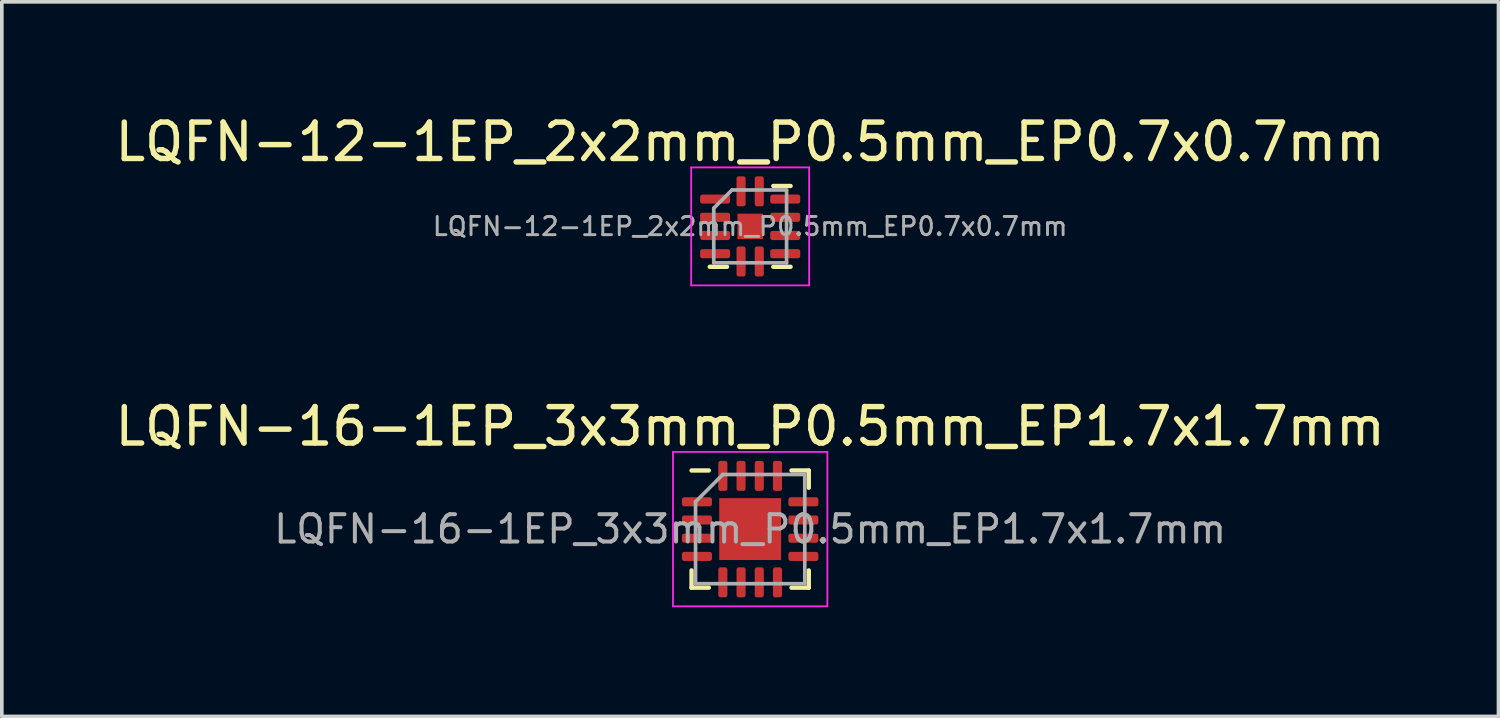
<source format=kicad_pcb>
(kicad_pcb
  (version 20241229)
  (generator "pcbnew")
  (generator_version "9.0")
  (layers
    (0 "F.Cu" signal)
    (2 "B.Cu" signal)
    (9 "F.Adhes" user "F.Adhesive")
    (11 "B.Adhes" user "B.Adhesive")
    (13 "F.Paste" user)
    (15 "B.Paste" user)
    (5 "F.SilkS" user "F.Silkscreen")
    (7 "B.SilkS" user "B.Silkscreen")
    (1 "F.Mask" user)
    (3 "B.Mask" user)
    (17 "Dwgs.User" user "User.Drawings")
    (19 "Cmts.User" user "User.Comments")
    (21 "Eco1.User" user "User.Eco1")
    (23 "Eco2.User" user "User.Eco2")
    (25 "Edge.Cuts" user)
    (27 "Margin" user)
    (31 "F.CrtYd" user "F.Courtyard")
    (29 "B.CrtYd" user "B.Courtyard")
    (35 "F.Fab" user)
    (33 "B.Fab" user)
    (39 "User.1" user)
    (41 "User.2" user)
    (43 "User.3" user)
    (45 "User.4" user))
  (footprint "LQFN-16-1EP_3x3mm_P0.5mm_EP1.7x1.7mm"
    (layer "F.Cu")
    (at 17.554 11.482)
    (property "Reference" "LQFN-16-1EP_3x3mm_P0.5mm_EP1.7x1.7mm" (at 0 -2.82 0) (layer "F.SilkS") (effects (font (size 1 1) (thickness 0.15))))
    (attr smd)
    (fp_line (start -1.61 1.61) (end -1.61 1.135) (stroke (width 0.12) (type solid)) (layer "F.SilkS"))
    (fp_line (start -1.135 -1.61) (end -1.61 -1.61) (stroke (width 0.12) (type solid)) (layer "F.SilkS"))
    (fp_line (start -1.135 1.61) (end -1.61 1.61) (stroke (width 0.12) (type solid)) (layer "F.SilkS"))
    (fp_line (start 1.135 -1.61) (end 1.61 -1.61) (stroke (width 0.12) (type solid)) (layer "F.SilkS"))
    (fp_line (start 1.135 1.61) (end 1.61 1.61) (stroke (width 0.12) (type solid)) (layer "F.SilkS"))
    (fp_line (start 1.61 -1.61) (end 1.61 -1.135) (stroke (width 0.12) (type solid)) (layer "F.SilkS"))
    (fp_line (start 1.61 1.61) (end 1.61 1.135) (stroke (width 0.12) (type solid)) (layer "F.SilkS"))
    (fp_line (start -2.12 -2.12) (end -2.12 2.12) (stroke (width 0.05) (type solid)) (layer "F.CrtYd"))
    (fp_line (start -2.12 2.12) (end 2.12 2.12) (stroke (width 0.05) (type solid)) (layer "F.CrtYd"))
    (fp_line (start 2.12 -2.12) (end -2.12 -2.12) (stroke (width 0.05) (type solid)) (layer "F.CrtYd"))
    (fp_line (start 2.12 2.12) (end 2.12 -2.12) (stroke (width 0.05) (type solid)) (layer "F.CrtYd"))
    (fp_line (start -1.5 -0.75) (end -0.75 -1.5) (stroke (width 0.1) (type solid)) (layer "F.Fab"))
    (fp_line (start -1.5 1.5) (end -1.5 -0.75) (stroke (width 0.1) (type solid)) (layer "F.Fab"))
    (fp_line (start -0.75 -1.5) (end 1.5 -1.5) (stroke (width 0.1) (type solid)) (layer "F.Fab"))
    (fp_line (start 1.5 -1.5) (end 1.5 1.5) (stroke (width 0.1) (type solid)) (layer "F.Fab"))
    (fp_line (start 1.5 1.5) (end -1.5 1.5) (stroke (width 0.1) (type solid)) (layer "F.Fab"))
    (fp_text user "${REFERENCE}" (at 0 0 0) (layer "F.Fab") (effects (font (size 0.75 0.75) (thickness 0.11))))
    (pad "" smd roundrect (at 0 0) (size 1.37 1.37) (layers "F.Paste") (roundrect_rratio 0.182))
    (pad "1" smd roundrect (at -1.462 -0.75) (size 0.825 0.25) (layers "F.Cu" "F.Mask" "F.Paste") (roundrect_rratio 0.25))
    (pad "2" smd roundrect (at -1.462 -0.25) (size 0.825 0.25) (layers "F.Cu" "F.Mask" "F.Paste") (roundrect_rratio 0.25))
    (pad "3" smd roundrect (at -1.462 0.25) (size 0.825 0.25) (layers "F.Cu" "F.Mask" "F.Paste") (roundrect_rratio 0.25))
    (pad "4" smd roundrect (at -1.462 0.75) (size 0.825 0.25) (layers "F.Cu" "F.Mask" "F.Paste") (roundrect_rratio 0.25))
    (pad "5" smd roundrect (at -0.75 1.462) (size 0.25 0.825) (layers "F.Cu" "F.Mask" "F.Paste") (roundrect_rratio 0.25))
    (pad "6" smd roundrect (at -0.25 1.462) (size 0.25 0.825) (layers "F.Cu" "F.Mask" "F.Paste") (roundrect_rratio 0.25))
    (pad "7" smd roundrect (at 0.25 1.462) (size 0.25 0.825) (layers "F.Cu" "F.Mask" "F.Paste") (roundrect_rratio 0.25))
    (pad "8" smd roundrect (at 0.75 1.462) (size 0.25 0.825) (layers "F.Cu" "F.Mask" "F.Paste") (roundrect_rratio 0.25))
    (pad "9" smd roundrect (at 1.462 0.75) (size 0.825 0.25) (layers "F.Cu" "F.Mask" "F.Paste") (roundrect_rratio 0.25))
    (pad "10" smd roundrect (at 1.462 0.25) (size 0.825 0.25) (layers "F.Cu" "F.Mask" "F.Paste") (roundrect_rratio 0.25))
    (pad "11" smd roundrect (at 1.462 -0.25) (size 0.825 0.25) (layers "F.Cu" "F.Mask" "F.Paste") (roundrect_rratio 0.25))
    (pad "12" smd roundrect (at 1.462 -0.75) (size 0.825 0.25) (layers "F.Cu" "F.Mask" "F.Paste") (roundrect_rratio 0.25))
    (pad "13" smd roundrect (at 0.75 -1.462) (size 0.25 0.825) (layers "F.Cu" "F.Mask" "F.Paste") (roundrect_rratio 0.25))
    (pad "14" smd roundrect (at 0.25 -1.462) (size 0.25 0.825) (layers "F.Cu" "F.Mask" "F.Paste") (roundrect_rratio 0.25))
    (pad "15" smd roundrect (at -0.25 -1.462) (size 0.25 0.825) (layers "F.Cu" "F.Mask" "F.Paste") (roundrect_rratio 0.25))
    (pad "16" smd roundrect (at -0.75 -1.462) (size 0.25 0.825) (layers "F.Cu" "F.Mask" "F.Paste") (roundrect_rratio 0.25))
    (pad "17" smd rect (at 0 0) (size 1.7 1.7) (layers "F.Cu" "F.Mask")))
  (footprint "LQFN-12-1EP_2x2mm_P0.5mm_EP0.7x0.7mm"
    (layer "F.Cu")
    (at 17.554 3.168)
    (property "Reference" "LQFN-12-1EP_2x2mm_P0.5mm_EP0.7x0.7mm" (at 0 -2.32 0) (layer "F.SilkS") (effects (font (size 1 1) (thickness 0.15))))
    (attr smd)
    (fp_line (start -0.635 1.11) (end -1.11 1.11) (stroke (width 0.12) (type solid)) (layer "F.SilkS"))
    (fp_line (start 0.635 -1.11) (end 1.11 -1.11) (stroke (width 0.12) (type solid)) (layer "F.SilkS"))
    (fp_line (start 0.635 1.11) (end 1.11 1.11) (stroke (width 0.12) (type solid)) (layer "F.SilkS"))
    (fp_line (start -1.62 -1.62) (end -1.62 1.62) (stroke (width 0.05) (type solid)) (layer "F.CrtYd"))
    (fp_line (start -1.62 1.62) (end 1.62 1.62) (stroke (width 0.05) (type solid)) (layer "F.CrtYd"))
    (fp_line (start 1.62 -1.62) (end -1.62 -1.62) (stroke (width 0.05) (type solid)) (layer "F.CrtYd"))
    (fp_line (start 1.62 1.62) (end 1.62 -1.62) (stroke (width 0.05) (type solid)) (layer "F.CrtYd"))
    (fp_line (start -1 -0.5) (end -0.5 -1) (stroke (width 0.1) (type solid)) (layer "F.Fab"))
    (fp_line (start -1 1) (end -1 -0.5) (stroke (width 0.1) (type solid)) (layer "F.Fab"))
    (fp_line (start -0.5 -1) (end 1 -1) (stroke (width 0.1) (type solid)) (layer "F.Fab"))
    (fp_line (start 1 -1) (end 1 1) (stroke (width 0.1) (type solid)) (layer "F.Fab"))
    (fp_line (start 1 1) (end -1 1) (stroke (width 0.1) (type solid)) (layer "F.Fab"))
    (fp_text user "${REFERENCE}" (at 0 0 0) (layer "F.Fab") (effects (font (size 0.5 0.5) (thickness 0.08))))
    (pad "" smd roundrect (at 0 0) (size 0.56 0.56) (layers "F.Paste") (roundrect_rratio 0.25))
    (pad "1" smd roundrect (at -0.963 -0.75) (size 0.825 0.25) (layers "F.Cu" "F.Mask" "F.Paste") (roundrect_rratio 0.25))
    (pad "2" smd roundrect (at -0.963 -0.25) (size 0.825 0.25) (layers "F.Cu" "F.Mask" "F.Paste") (roundrect_rratio 0.25))
    (pad "3" smd roundrect (at -0.963 0.25) (size 0.825 0.25) (layers "F.Cu" "F.Mask" "F.Paste") (roundrect_rratio 0.25))
    (pad "4" smd roundrect (at -0.963 0.75) (size 0.825 0.25) (layers "F.Cu" "F.Mask" "F.Paste") (roundrect_rratio 0.25))
    (pad "5" smd roundrect (at -0.25 0.963) (size 0.25 0.825) (layers "F.Cu" "F.Mask" "F.Paste") (roundrect_rratio 0.25))
    (pad "6" smd roundrect (at 0.25 0.963) (size 0.25 0.825) (layers "F.Cu" "F.Mask" "F.Paste") (roundrect_rratio 0.25))
    (pad "7" smd roundrect (at 0.963 0.75) (size 0.825 0.25) (layers "F.Cu" "F.Mask" "F.Paste") (roundrect_rratio 0.25))
    (pad "8" smd roundrect (at 0.963 0.25) (size 0.825 0.25) (layers "F.Cu" "F.Mask" "F.Paste") (roundrect_rratio 0.25))
    (pad "9" smd roundrect (at 0.963 -0.25) (size 0.825 0.25) (layers "F.Cu" "F.Mask" "F.Paste") (roundrect_rratio 0.25))
    (pad "10" smd roundrect (at 0.963 -0.75) (size 0.825 0.25) (layers "F.Cu" "F.Mask" "F.Paste") (roundrect_rratio 0.25))
    (pad "11" smd roundrect (at 0.25 -0.963) (size 0.25 0.825) (layers "F.Cu" "F.Mask" "F.Paste") (roundrect_rratio 0.25))
    (pad "12" smd roundrect (at -0.25 -0.963) (size 0.25 0.825) (layers "F.Cu" "F.Mask" "F.Paste") (roundrect_rratio 0.25))
    (pad "13" smd rect (at 0 0) (size 0.7 0.7) (layers "F.Cu" "F.Mask")))
  (gr_rect
    (start -3 -3)
    (end 38.107 16.627)
    (stroke (width 0.1) (type default))
    (fill no)
    (layer "Edge.Cuts")))
</source>
